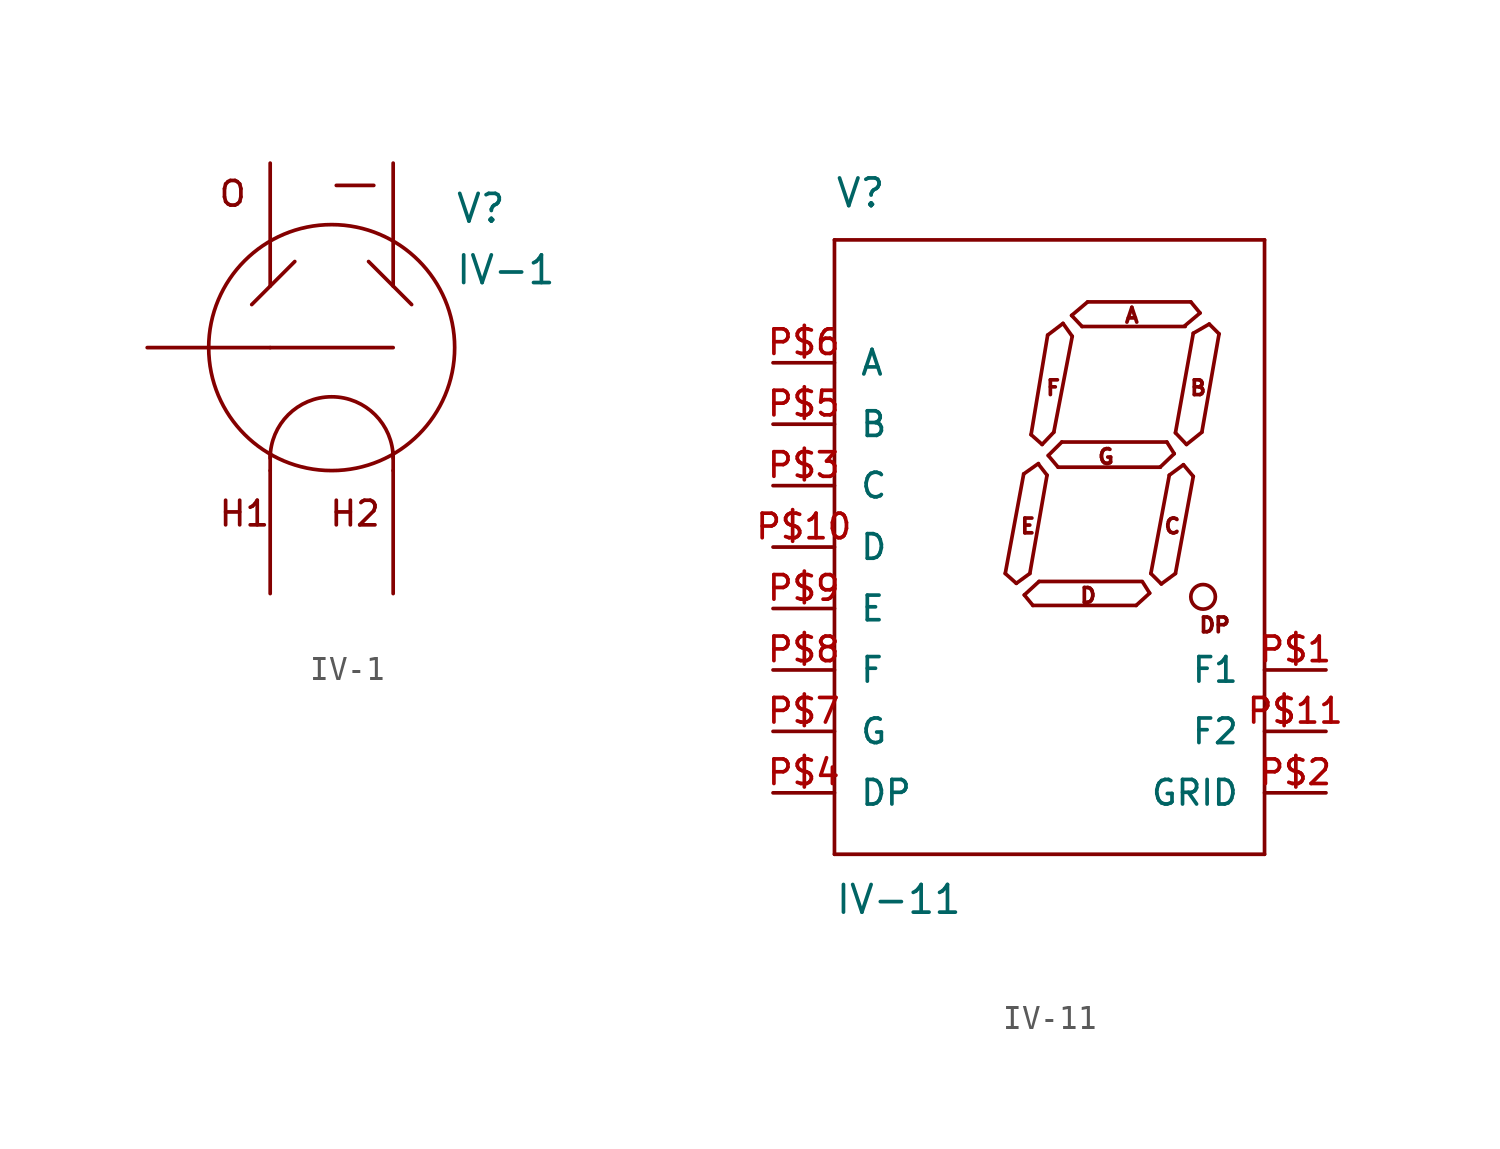
<source format=kicad_sym>
(kicad_symbol_lib
  (version 20211014)
  (generator kicad_symbol_editor)
  (symbol "IV-1"
    (pin_numbers hide)
    (pin_names
      (offset 1.016) hide)
    (property "Reference" "V"
      (at 5.08 5.08 0)
      (effects (font (size 1.143 1.143)) (justify left bottom)))
    (property "Value" "IV-1"
      (at 5.08 2.54 0)
      (effects (font (size 1.143 1.143)) (justify left bottom)))
    (property "ki_locked" ""
      (at 0 0 0)
      (effects (font (size 1.27 1.27))))
    (symbol "IV-1_1_0"
      (polyline (pts (xy -3.302 1.778) (xy -1.524 3.556)) (stroke (width 0) (type default) (color 0 0 0 0)) (fill (type none)))
      (polyline (pts (xy -2.54 -5.08) (xy -2.54 -4.318)) (stroke (width 0) (type default) (color 0 0 0 0)) (fill (type none)))
      (polyline (pts (xy -2.54 0) (xy 2.54 0)) (stroke (width 0) (type default) (color 0 0 0 0)) (fill (type none)))
      (polyline (pts (xy 1.524 3.556) (xy 3.302 1.778)) (stroke (width 0) (type default) (color 0 0 0 0)) (fill (type none)))
      (polyline (pts (xy 2.54 -5.08) (xy 2.54 -4.318)) (stroke (width 0) (type default) (color 0 0 0 0)) (fill (type none)))
      (text "-" (at 0.965 6.858 0) (effects (font (size 2.032 2.032))))
      (text "H1" (at -3.607 -6.858 0) (effects (font (size 1.016 1.016))))
      (text "H2" (at 0.965 -6.858 0) (effects (font (size 1.016 1.016))))
      (text "O" (at -4.089 6.35 0) (effects (font (size 1.016 1.016)))))
    (symbol "IV-1_1_1"
      (circle (center 0 0) (radius 5.08) (stroke (width 0) (type default) (color 0 0 0 0)) (fill (type none)))
      (arc (start 2.54 -4.572) (mid 0 -2.032) (end -2.54 -4.572) (stroke (width 0) (type default) (color 0 0 0 0)) (fill (type none)))
      (pin passive line (at 2.54 7.62 270) (length 5.08) (name "-" (effects (font (size 1.016 1.016)))) (number "-" (effects (font (size 1.016 1.016)))))
      (pin passive line (at -2.54 -10.16 90) (length 5.08) (name "H1" (effects (font (size 1.016 1.016)))) (number "F1" (effects (font (size 1.016 1.016)))))
      (pin passive line (at 2.54 -10.16 90) (length 5.08) (name "H2" (effects (font (size 1.016 1.016)))) (number "F2" (effects (font (size 1.016 1.016)))))
      (pin passive line (at -7.62 0 0) (length 5.08) (name "G" (effects (font (size 1.016 1.016)))) (number "G" (effects (font (size 1.016 1.016)))))
      (pin passive line (at -2.54 7.62 270) (length 5.08) (name "O" (effects (font (size 1.016 1.016)))) (number "O" (effects (font (size 1.016 1.016)))))))
  (symbol "IV-11"
    (pin_names
      (offset 1.016))
    (property "Reference" "V"
      (at -10.16 16.51 0)
      (effects (font (size 1.143 1.143)) (justify left bottom)))
    (property "Value" "IV-11"
      (at -10.16 -12.7 0)
      (effects (font (size 1.143 1.143)) (justify left bottom)))
    (property "ki_locked" ""
      (at 0 0 0)
      (effects (font (size 1.27 1.27))))
    (symbol "IV-11_1_0"
      (polyline (pts (xy -10.16 -10.16) (xy -10.16 15.24)) (stroke (width 0) (type default) (color 0 0 0 0)) (fill (type none)))
      (polyline (pts (xy -10.16 15.24) (xy 7.62 15.24)) (stroke (width 0) (type default) (color 0 0 0 0)) (fill (type none)))
      (polyline (pts (xy -3.099 1.448) (xy -2.337 5.563)) (stroke (width 0) (type default) (color 0 0 0 0)) (fill (type none)))
      (polyline (pts (xy -2.642 1.041) (xy -3.099 1.448)) (stroke (width 0) (type default) (color 0 0 0 0)) (fill (type none)))
      (polyline (pts (xy -2.337 5.563) (xy -1.727 5.994)) (stroke (width 0) (type default) (color 0 0 0 0)) (fill (type none)))
      (polyline (pts (xy -2.311 0.559) (xy -1.702 1.118)) (stroke (width 0) (type default) (color 0 0 0 0)) (fill (type none)))
      (polyline (pts (xy -2.083 1.448) (xy -2.642 1.041)) (stroke (width 0) (type default) (color 0 0 0 0)) (fill (type none)))
      (polyline (pts (xy -2.032 7.188) (xy -1.346 11.303)) (stroke (width 0) (type default) (color 0 0 0 0)) (fill (type none)))
      (polyline (pts (xy -1.956 0.127) (xy -2.311 0.559)) (stroke (width 0) (type default) (color 0 0 0 0)) (fill (type none)))
      (polyline (pts (xy -1.727 5.969) (xy -1.372 5.512)) (stroke (width 0) (type default) (color 0 0 0 0)) (fill (type none)))
      (polyline (pts (xy -1.702 1.118) (xy 2.515 1.118)) (stroke (width 0) (type default) (color 0 0 0 0)) (fill (type none)))
      (polyline (pts (xy -1.575 6.782) (xy -2.032 7.188)) (stroke (width 0) (type default) (color 0 0 0 0)) (fill (type none)))
      (polyline (pts (xy -1.372 5.512) (xy -2.083 1.448)) (stroke (width 0) (type default) (color 0 0 0 0)) (fill (type none)))
      (polyline (pts (xy -1.346 11.303) (xy -0.711 11.786)) (stroke (width 0) (type default) (color 0 0 0 0)) (fill (type none)))
      (polyline (pts (xy -1.321 6.325) (xy -0.762 6.883)) (stroke (width 0) (type default) (color 0 0 0 0)) (fill (type none)))
      (polyline (pts (xy -1.092 7.29) (xy -1.575 6.782)) (stroke (width 0) (type default) (color 0 0 0 0)) (fill (type none)))
      (polyline (pts (xy -0.914 5.842) (xy -1.321 6.325)) (stroke (width 0) (type default) (color 0 0 0 0)) (fill (type none)))
      (polyline (pts (xy -0.762 6.883) (xy 3.581 6.883)) (stroke (width 0) (type default) (color 0 0 0 0)) (fill (type none)))
      (polyline (pts (xy -0.711 11.786) (xy -0.33 11.252)) (stroke (width 0) (type default) (color 0 0 0 0)) (fill (type none)))
      (polyline (pts (xy -0.356 12.116) (xy 0.305 12.675)) (stroke (width 0) (type default) (color 0 0 0 0)) (fill (type none)))
      (polyline (pts (xy -0.33 11.252) (xy -1.092 7.29)) (stroke (width 0) (type default) (color 0 0 0 0)) (fill (type none)))
      (polyline (pts (xy 0.076 11.659) (xy -0.356 12.116)) (stroke (width 0) (type default) (color 0 0 0 0)) (fill (type none)))
      (polyline (pts (xy 0.305 12.675) (xy 4.572 12.675)) (stroke (width 0) (type default) (color 0 0 0 0)) (fill (type none)))
      (polyline (pts (xy 2.311 0.127) (xy -1.956 0.127)) (stroke (width 0) (type default) (color 0 0 0 0)) (fill (type none)))
      (polyline (pts (xy 2.565 1.118) (xy 2.87 0.635)) (stroke (width 0) (type default) (color 0 0 0 0)) (fill (type none)))
      (polyline (pts (xy 2.87 0.635) (xy 2.311 0.127)) (stroke (width 0) (type default) (color 0 0 0 0)) (fill (type none)))
      (polyline (pts (xy 2.921 1.448) (xy 3.683 5.512)) (stroke (width 0) (type default) (color 0 0 0 0)) (fill (type none)))
      (polyline (pts (xy 3.302 5.842) (xy -0.914 5.842)) (stroke (width 0) (type default) (color 0 0 0 0)) (fill (type none)))
      (polyline (pts (xy 3.302 5.842) (xy 3.302 5.842)) (stroke (width 0) (type default) (color 0 0 0 0)) (fill (type none)))
      (polyline (pts (xy 3.353 1.016) (xy 2.921 1.448)) (stroke (width 0) (type default) (color 0 0 0 0)) (fill (type none)))
      (polyline (pts (xy 3.581 6.883) (xy 3.886 6.401)) (stroke (width 0) (type default) (color 0 0 0 0)) (fill (type none)))
      (polyline (pts (xy 3.683 5.512) (xy 4.267 5.944)) (stroke (width 0) (type default) (color 0 0 0 0)) (fill (type none)))
      (polyline (pts (xy 3.886 6.401) (xy 3.302 5.842)) (stroke (width 0) (type default) (color 0 0 0 0)) (fill (type none)))
      (polyline (pts (xy 3.937 1.448) (xy 3.353 1.016)) (stroke (width 0) (type default) (color 0 0 0 0)) (fill (type none)))
      (polyline (pts (xy 3.937 7.264) (xy 4.674 11.379)) (stroke (width 0) (type default) (color 0 0 0 0)) (fill (type none)))
      (polyline (pts (xy 4.267 5.944) (xy 4.674 5.461)) (stroke (width 0) (type default) (color 0 0 0 0)) (fill (type none)))
      (polyline (pts (xy 4.343 11.659) (xy 0.076 11.659)) (stroke (width 0) (type default) (color 0 0 0 0)) (fill (type none)))
      (polyline (pts (xy 4.394 6.782) (xy 3.937 7.264)) (stroke (width 0) (type default) (color 0 0 0 0)) (fill (type none)))
      (polyline (pts (xy 4.572 12.675) (xy 4.953 12.217)) (stroke (width 0) (type default) (color 0 0 0 0)) (fill (type none)))
      (polyline (pts (xy 4.674 5.461) (xy 3.937 1.448)) (stroke (width 0) (type default) (color 0 0 0 0)) (fill (type none)))
      (polyline (pts (xy 4.674 11.379) (xy 5.334 11.76)) (stroke (width 0) (type default) (color 0 0 0 0)) (fill (type none)))
      (polyline (pts (xy 4.953 12.217) (xy 4.318 11.684)) (stroke (width 0) (type default) (color 0 0 0 0)) (fill (type none)))
      (polyline (pts (xy 5.029 7.29) (xy 4.394 6.782)) (stroke (width 0) (type default) (color 0 0 0 0)) (fill (type none)))
      (polyline (pts (xy 5.334 11.76) (xy 5.74 11.354)) (stroke (width 0) (type default) (color 0 0 0 0)) (fill (type none)))
      (polyline (pts (xy 5.74 11.354) (xy 5.029 7.29)) (stroke (width 0) (type default) (color 0 0 0 0)) (fill (type none)))
      (polyline (pts (xy 7.62 -10.16) (xy -10.16 -10.16)) (stroke (width 0) (type default) (color 0 0 0 0)) (fill (type none)))
      (polyline (pts (xy 7.62 15.24) (xy 7.62 -10.16)) (stroke (width 0) (type default) (color 0 0 0 0)) (fill (type none)))
      (text "A" (at 2.134 12.116 0) (effects (font (size 0.61 0.61))))
      (text "B" (at 4.877 9.119 0) (effects (font (size 0.61 0.61))))
      (text "C" (at 3.81 3.404 0) (effects (font (size 0.61 0.61))))
      (text "D" (at 0.33 0.533 0) (effects (font (size 0.61 0.61))))
      (text "DP" (at 5.563 -0.686 0) (effects (font (size 0.61 0.61))))
      (text "E" (at -2.159 3.404 0) (effects (font (size 0.61 0.61))))
      (text "F" (at -1.118 9.119 0) (effects (font (size 0.61 0.61))))
      (text "G" (at 1.067 6.274 0) (effects (font (size 0.61 0.61)))))
    (symbol "IV-11_1_1"
      (circle (center 5.08 0.483) (radius 0.508) (stroke (width 0) (type default) (color 0 0 0 0)) (fill (type none)))
      (pin passive line (at 10.16 -2.54 180) (length 2.54) (name "F1" (effects (font (size 1.016 1.016)))) (number "P$1" (effects (font (size 1.016 1.016)))))
      (pin passive line (at -12.7 2.54 0) (length 2.54) (name "D" (effects (font (size 1.016 1.016)))) (number "P$10" (effects (font (size 1.016 1.016)))))
      (pin passive line (at 10.16 -5.08 180) (length 2.54) (name "F2" (effects (font (size 1.016 1.016)))) (number "P$11" (effects (font (size 1.016 1.016)))))
      (pin passive line (at 10.16 -7.62 180) (length 2.54) (name "GRID" (effects (font (size 1.016 1.016)))) (number "P$2" (effects (font (size 1.016 1.016)))))
      (pin passive line (at -12.7 5.08 0) (length 2.54) (name "C" (effects (font (size 1.016 1.016)))) (number "P$3" (effects (font (size 1.016 1.016)))))
      (pin passive line (at -12.7 -7.62 0) (length 2.54) (name "DP" (effects (font (size 1.016 1.016)))) (number "P$4" (effects (font (size 1.016 1.016)))))
      (pin passive line (at -12.7 7.62 0) (length 2.54) (name "B" (effects (font (size 1.016 1.016)))) (number "P$5" (effects (font (size 1.016 1.016)))))
      (pin passive line (at -12.7 10.16 0) (length 2.54) (name "A" (effects (font (size 1.016 1.016)))) (number "P$6" (effects (font (size 1.016 1.016)))))
      (pin passive line (at -12.7 -5.08 0) (length 2.54) (name "G" (effects (font (size 1.016 1.016)))) (number "P$7" (effects (font (size 1.016 1.016)))))
      (pin passive line (at -12.7 -2.54 0) (length 2.54) (name "F" (effects (font (size 1.016 1.016)))) (number "P$8" (effects (font (size 1.016 1.016)))))
      (pin passive line (at -12.7 0 0) (length 2.54) (name "E" (effects (font (size 1.016 1.016)))) (number "P$9" (effects (font (size 1.016 1.016))))))))
</source>
